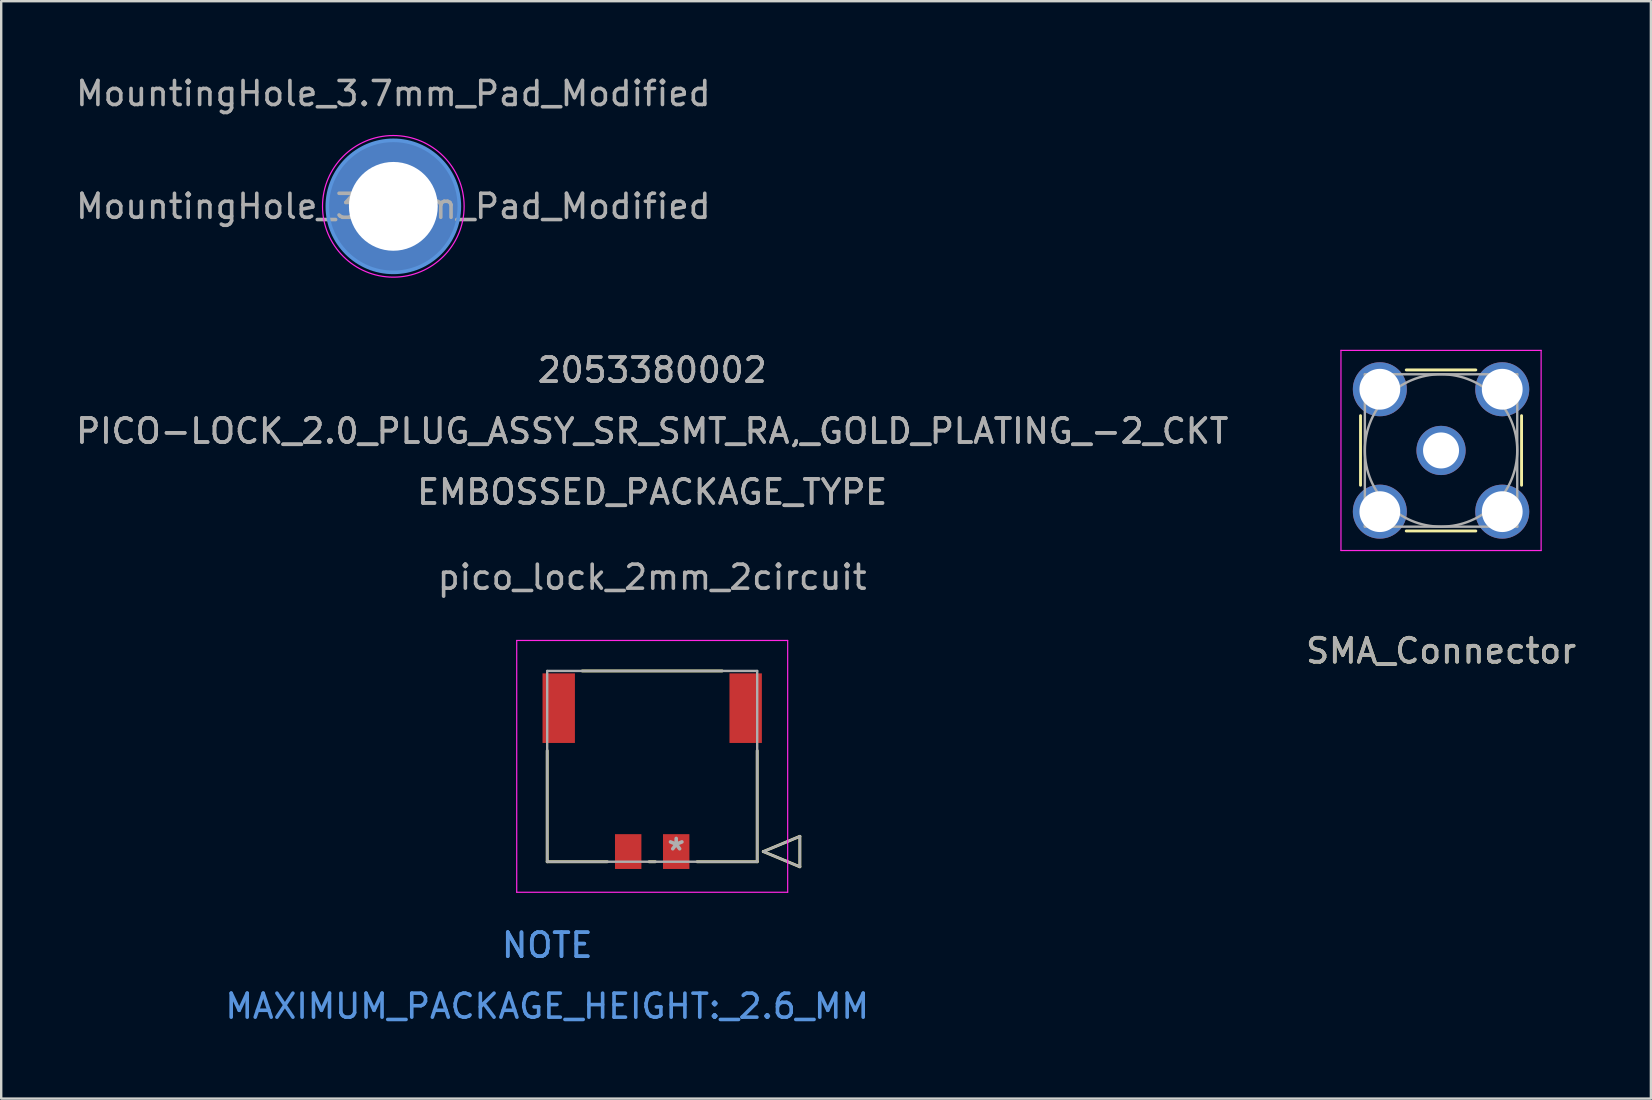
<source format=kicad_pcb>
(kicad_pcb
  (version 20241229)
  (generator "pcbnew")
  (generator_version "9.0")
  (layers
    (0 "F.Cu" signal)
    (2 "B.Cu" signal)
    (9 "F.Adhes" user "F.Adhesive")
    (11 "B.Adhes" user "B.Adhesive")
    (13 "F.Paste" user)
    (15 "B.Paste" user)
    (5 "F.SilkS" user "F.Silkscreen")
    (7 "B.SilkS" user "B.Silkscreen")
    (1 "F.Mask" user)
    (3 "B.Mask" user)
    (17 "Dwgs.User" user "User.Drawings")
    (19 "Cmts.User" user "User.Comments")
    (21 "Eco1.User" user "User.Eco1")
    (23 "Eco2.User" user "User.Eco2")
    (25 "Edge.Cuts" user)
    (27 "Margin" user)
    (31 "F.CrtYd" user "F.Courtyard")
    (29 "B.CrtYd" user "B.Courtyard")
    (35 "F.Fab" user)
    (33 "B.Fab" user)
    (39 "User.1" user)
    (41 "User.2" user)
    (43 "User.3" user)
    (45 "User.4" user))
  (footprint "MountingHole_3.7mm_Pad_Modified"
    (layer "F.Cu")
    (at 13.339 5.548)
    (property "Reference" "MountingHole_3.7mm_Pad_Modified" (at 0 -4.7 0) (layer "F.Fab") (effects (font (size 1 1) (thickness 0.15))))
    (attr exclude_from_pos_files)
    (fp_circle (center 0 0) (end 2.75 -0.05) (stroke (width 0.15) (type solid)) (fill no) (layer "Cmts.User"))
    (fp_circle (center 0 0) (end 2.95 -0.05) (stroke (width 0.05) (type solid)) (fill no) (layer "F.CrtYd"))
    (fp_text user "${REFERENCE}" (at 0 0 0) (layer "F.Fab") (effects (font (size 1 1) (thickness 0.15))))
    (pad "1" thru_hole circle (at 0 0) (size 5.5 5.5) (drill 3.7) (layers "*.Cu" "*.Mask")))
  (footprint "SMA_Connector"
    (layer "F.Cu")
    (at 56.994 15.719)
    (property "Reference" "SMA_Connector" (at 0 8.35 0) (unlocked yes) (layer "F.SilkS") (effects (font (size 1 1) (thickness 0.15))))
    (attr through_hole)
    (fp_line (start -3.355 -1.45) (end -3.355 1.45) (stroke (width 0.12) (type solid)) (layer "F.SilkS"))
    (fp_line (start -1.45 -3.355) (end 1.45 -3.355) (stroke (width 0.12) (type solid)) (layer "F.SilkS"))
    (fp_line (start -1.45 3.355) (end 1.45 3.355) (stroke (width 0.12) (type solid)) (layer "F.SilkS"))
    (fp_line (start 3.355 -1.45) (end 3.355 1.45) (stroke (width 0.12) (type solid)) (layer "F.SilkS"))
    (fp_line (start -4.17 -4.17) (end -4.17 4.17) (stroke (width 0.05) (type solid)) (layer "F.CrtYd"))
    (fp_line (start -4.17 -4.17) (end 4.17 -4.17) (stroke (width 0.05) (type solid)) (layer "F.CrtYd"))
    (fp_line (start 4.17 4.17) (end -4.17 4.17) (stroke (width 0.05) (type solid)) (layer "F.CrtYd"))
    (fp_line (start 4.17 4.17) (end 4.17 -4.17) (stroke (width 0.05) (type solid)) (layer "F.CrtYd"))
    (fp_line (start -3.175 -3.175) (end -3.175 3.175) (stroke (width 0.1) (type solid)) (layer "F.Fab"))
    (fp_line (start -3.175 -3.175) (end 3.175 -3.175) (stroke (width 0.1) (type solid)) (layer "F.Fab"))
    (fp_line (start -3.175 3.175) (end 3.175 3.175) (stroke (width 0.1) (type solid)) (layer "F.Fab"))
    (fp_line (start 3.175 -3.175) (end 3.175 3.175) (stroke (width 0.1) (type solid)) (layer "F.Fab"))
    (fp_circle (center 0 0) (end 3.175 0) (stroke (width 0.1) (type solid)) (fill no) (layer "F.Fab"))
    (fp_text user "${REFERENCE}" (at 0 8.35 0) (layer "F.Fab") (effects (font (size 1 1) (thickness 0.15))))
    (pad "1" thru_hole circle (at 0 0) (size 2.05 2.05) (drill 1.5) (layers "*.Cu" "*.Mask"))
    (pad "2" thru_hole circle (at -2.55 -2.55) (size 2.25 2.25) (drill 1.7) (layers "*.Cu" "*.Mask"))
    (pad "2" thru_hole circle (at -2.55 2.55) (size 2.25 2.25) (drill 1.7) (layers "*.Cu" "*.Mask"))
    (pad "2" thru_hole circle (at 2.55 -2.55) (size 2.25 2.25) (drill 1.7) (layers "*.Cu" "*.Mask"))
    (pad "2" thru_hole circle (at 2.55 2.55) (size 2.25 2.25) (drill 1.7) (layers "*.Cu" "*.Mask")))
  (footprint "pico_lock_2mm_2circuit"
    (layer "F.Cu")
    (at 25.125 32.432)
    (property "Reference" "pico_lock_2mm_2circuit" (at -1 -11.43 0) (layer "F.Fab") (effects (font (size 1 1) (thickness 0.15))))
    (attr through_hole)
    (fp_line (start -5.375 -4.205) (end -5.375 0.425) (stroke (width 0.12) (type solid)) (layer "F.SilkS"))
    (fp_line (start -5.375 0.425) (end -2.87 0.425) (stroke (width 0.12) (type solid)) (layer "F.SilkS"))
    (fp_line (start -1.13 0.425) (end -0.87 0.425) (stroke (width 0.12) (type solid)) (layer "F.SilkS"))
    (fp_line (start 0.87 0.425) (end 3.375 0.425) (stroke (width 0.12) (type solid)) (layer "F.SilkS"))
    (fp_line (start 1.916 -7.525) (end -3.916 -7.525) (stroke (width 0.12) (type solid)) (layer "F.SilkS"))
    (fp_line (start 3.375 0.425) (end 3.375 -4.205) (stroke (width 0.12) (type solid)) (layer "F.SilkS"))
    (fp_line (start 3.629 0) (end 5.153 -0.635) (stroke (width 0.12) (type solid)) (layer "F.SilkS"))
    (fp_line (start 5.153 -0.635) (end 5.153 0.635) (stroke (width 0.12) (type solid)) (layer "F.SilkS"))
    (fp_line (start 5.153 0.635) (end 3.629 0) (stroke (width 0.12) (type solid)) (layer "F.SilkS"))
    (fp_line (start -6.645 -8.795) (end -6.645 1.695) (stroke (width 0.05) (type solid)) (layer "F.CrtYd"))
    (fp_line (start -6.645 1.695) (end 4.645 1.695) (stroke (width 0.05) (type solid)) (layer "F.CrtYd"))
    (fp_line (start 4.645 -8.795) (end -6.645 -8.795) (stroke (width 0.05) (type solid)) (layer "F.CrtYd"))
    (fp_line (start 4.645 1.695) (end 4.645 -8.795) (stroke (width 0.05) (type solid)) (layer "F.CrtYd"))
    (fp_line (start -5.375 -7.525) (end -5.375 0.425) (stroke (width 0.1) (type solid)) (layer "F.Fab"))
    (fp_line (start -5.375 0.425) (end 3.375 0.425) (stroke (width 0.1) (type solid)) (layer "F.Fab"))
    (fp_line (start 3.375 -7.525) (end -5.375 -7.525) (stroke (width 0.1) (type solid)) (layer "F.Fab"))
    (fp_line (start 3.375 0.425) (end 3.375 -7.525) (stroke (width 0.1) (type solid)) (layer "F.Fab"))
    (fp_line (start 3.629 0) (end 5.153 -0.635) (stroke (width 0.1) (type solid)) (layer "F.Fab"))
    (fp_line (start 5.153 -0.635) (end 5.153 0.635) (stroke (width 0.1) (type solid)) (layer "F.Fab"))
    (fp_line (start 5.153 0.635) (end 3.629 0) (stroke (width 0.1) (type solid)) (layer "F.Fab"))
    (fp_text user "MAXIMUM_PACKAGE_HEIGHT:_2.6_MM" (at -5.375 6.445 0) (layer "Cmts.User") (effects (font (size 1 1) (thickness 0.15))))
    (fp_text user "Copyright 2021 Accelerated Designs. All rights reserved." (at 0 0 0) (layer "Cmts.User") (effects (font (size 0.127 0.127) (thickness 0.002))))
    (fp_text user "NOTE" (at -5.375 3.905 0) (layer "Cmts.User") (effects (font (size 1 1) (thickness 0.15))))
    (fp_text user "NOTE" (at -5.375 3.905 0) (layer "Cmts.User") (effects (font (size 1 1) (thickness 0.15))))
    (fp_text user "2053380002" (at -1 -20.06 0) (layer "F.Fab") (effects (font (size 1 1) (thickness 0.15))))
    (fp_text user "*" (at 0 0 0) (layer "F.Fab") (effects (font (size 1 1) (thickness 0.15))))
    (fp_text user "EMBOSSED_PACKAGE_TYPE" (at -1 -14.98 0) (layer "F.Fab") (effects (font (size 1 1) (thickness 0.15))))
    (fp_text user "PICO-LOCK_2.0_PLUG_ASSY_SR_SMT_RA,_GOLD_PLATING_-2_CKT" (at -1 -17.52 0) (layer "F.Fab") (effects (font (size 1 1) (thickness 0.15))))
    (fp_text user "EMBOSSED_PACKAGE_TYPE" (at -1 -14.98 0) (layer "F.Fab") (effects (font (size 1 1) (thickness 0.15))))
    (fp_text user "2053380002" (at -1 -20.06 0) (layer "F.Fab") (effects (font (size 1 1) (thickness 0.15))))
    (fp_text user "PICO-LOCK_2.0_PLUG_ASSY_SR_SMT_RA,_GOLD_PLATING_-2_CKT" (at -1 -17.52 0) (layer "F.Fab") (effects (font (size 1 1) (thickness 0.15))))
    (pad "1" smd rect (at 0 0) (size 1.1 1.45) (layers "F.Cu" "F.Mask" "F.Paste"))
    (pad "2" smd rect (at -2 0) (size 1.1 1.45) (layers "F.Cu" "F.Mask" "F.Paste"))
    (pad "3" smd rect (at 2.895 -5.975) (size 1.35 2.9) (layers "F.Cu" "F.Mask" "F.Paste"))
    (pad "4" smd rect (at -4.895 -5.975) (size 1.35 2.9) (layers "F.Cu" "F.Mask" "F.Paste")))
  (gr_rect
    (start -3 -3)
    (end 65.738 42.725)
    (stroke (width 0.1) (type default))
    (fill no)
    (layer "Edge.Cuts")))
</source>
